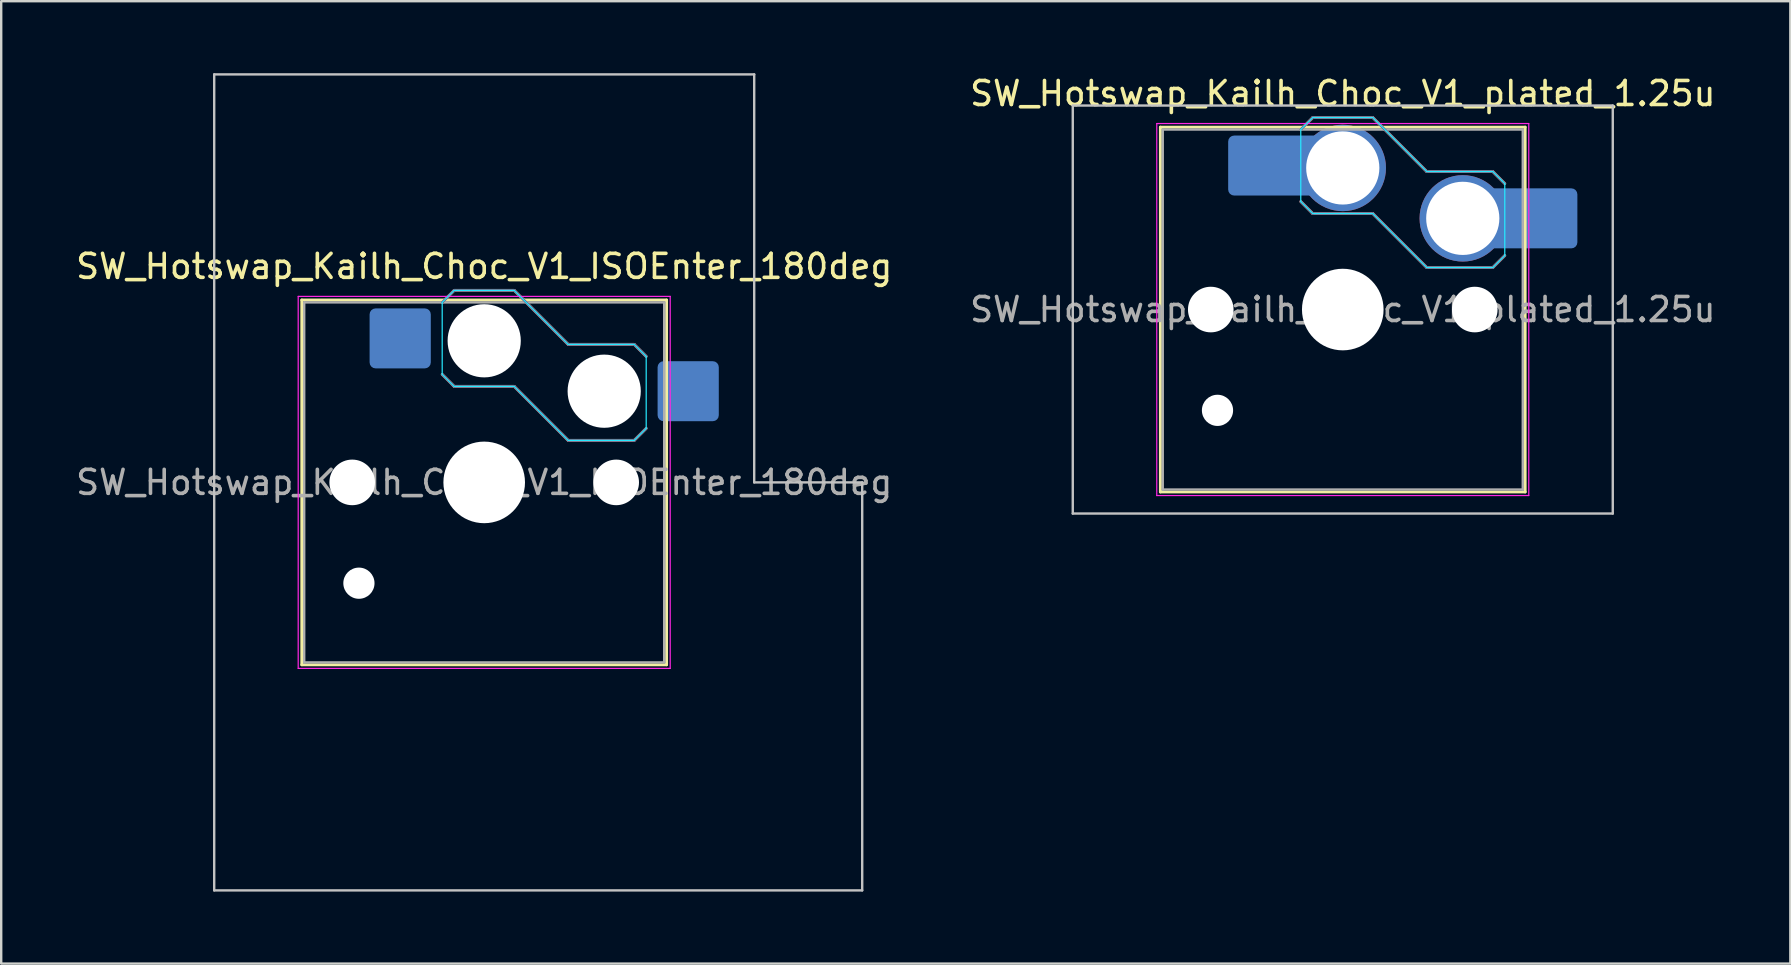
<source format=kicad_pcb>
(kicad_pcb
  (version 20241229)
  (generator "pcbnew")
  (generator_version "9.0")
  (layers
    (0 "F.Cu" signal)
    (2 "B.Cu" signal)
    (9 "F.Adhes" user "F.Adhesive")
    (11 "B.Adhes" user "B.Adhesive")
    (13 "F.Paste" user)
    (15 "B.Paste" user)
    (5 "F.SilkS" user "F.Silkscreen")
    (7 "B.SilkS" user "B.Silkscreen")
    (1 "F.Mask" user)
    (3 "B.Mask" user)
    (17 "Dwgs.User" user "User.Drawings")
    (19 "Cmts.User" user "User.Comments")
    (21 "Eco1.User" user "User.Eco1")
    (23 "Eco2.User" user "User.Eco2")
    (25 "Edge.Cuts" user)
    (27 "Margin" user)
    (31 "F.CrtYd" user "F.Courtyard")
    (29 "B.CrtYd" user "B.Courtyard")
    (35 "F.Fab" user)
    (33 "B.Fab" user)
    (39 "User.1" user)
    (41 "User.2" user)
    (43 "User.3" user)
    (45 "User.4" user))
  (footprint "SW_Hotswap_Kailh_Choc_V1_ISOEnter_180deg"
    (layer "F.Cu")
    (at 17.125 17.05)
    (property "Reference" "SW_Hotswap_Kailh_Choc_V1_ISOEnter_180deg" (at 0 -9 0) (layer "F.SilkS") (effects (font (size 1 1) (thickness 0.15))))
    (attr smd)
    (fp_line (start -7.6 -7.6) (end -7.6 7.6) (stroke (width 0.12) (type solid)) (layer "F.SilkS"))
    (fp_line (start -7.6 7.6) (end 7.6 7.6) (stroke (width 0.12) (type solid)) (layer "F.SilkS"))
    (fp_line (start 7.6 -7.6) (end -7.6 -7.6) (stroke (width 0.12) (type solid)) (layer "F.SilkS"))
    (fp_line (start 7.6 7.6) (end 7.6 -7.6) (stroke (width 0.12) (type solid)) (layer "F.SilkS"))
    (fp_line (start -1.75 -7.5) (end -1.25 -8) (stroke (width 0.12) (type solid)) (layer "B.SilkS"))
    (fp_line (start -1.25 -8) (end 1.25 -8) (stroke (width 0.12) (type solid)) (layer "B.SilkS"))
    (fp_line (start -1.25 -4) (end -1.75 -4.5) (stroke (width 0.12) (type solid)) (layer "B.SilkS"))
    (fp_line (start 1.25 -8) (end 3.5 -5.75) (stroke (width 0.12) (type solid)) (layer "B.SilkS"))
    (fp_line (start 1.25 -4) (end -1.25 -4) (stroke (width 0.12) (type solid)) (layer "B.SilkS"))
    (fp_line (start 3.5 -5.75) (end 6.25 -5.75) (stroke (width 0.12) (type solid)) (layer "B.SilkS"))
    (fp_line (start 3.5 -1.75) (end 1.25 -4) (stroke (width 0.12) (type solid)) (layer "B.SilkS"))
    (fp_line (start 6.25 -5.75) (end 6.75 -5.25) (stroke (width 0.12) (type solid)) (layer "B.SilkS"))
    (fp_line (start 6.25 -1.75) (end 3.5 -1.75) (stroke (width 0.12) (type solid)) (layer "B.SilkS"))
    (fp_line (start 6.75 -2.25) (end 6.25 -1.75) (stroke (width 0.12) (type solid)) (layer "B.SilkS"))
    (fp_line (start -11.25 -17) (end -11.25 17) (stroke (width 0.1) (type solid)) (layer "Dwgs.User"))
    (fp_line (start -11.25 17) (end 15.75 17) (stroke (width 0.1) (type solid)) (layer "Dwgs.User"))
    (fp_line (start 11.25 -17) (end -11.25 -17) (stroke (width 0.1) (type solid)) (layer "Dwgs.User"))
    (fp_line (start 11.25 0) (end 11.25 -17) (stroke (width 0.1) (type solid)) (layer "Dwgs.User"))
    (fp_line (start 15.75 0) (end 11.25 0) (stroke (width 0.1) (type solid)) (layer "Dwgs.User"))
    (fp_line (start 15.75 17) (end 15.75 0) (stroke (width 0.1) (type solid)) (layer "Dwgs.User"))
    (fp_line (start -7.25 -7.25) (end -7.25 7.25) (stroke (width 0.1) (type solid)) (layer "Eco1.User"))
    (fp_line (start -7.25 7.25) (end 7.25 7.25) (stroke (width 0.1) (type solid)) (layer "Eco1.User"))
    (fp_line (start 7.25 -7.25) (end -7.25 -7.25) (stroke (width 0.1) (type solid)) (layer "Eco1.User"))
    (fp_line (start 7.25 7.25) (end 7.25 -7.25) (stroke (width 0.1) (type solid)) (layer "Eco1.User"))
    (fp_line (start -1.75 -7.5) (end -1.25 -8) (stroke (width 0.05) (type solid)) (layer "B.CrtYd"))
    (fp_line (start -1.75 -4.5) (end -1.75 -7.5) (stroke (width 0.05) (type solid)) (layer "B.CrtYd"))
    (fp_line (start -1.25 -8) (end 1.25 -8) (stroke (width 0.05) (type solid)) (layer "B.CrtYd"))
    (fp_line (start -1.25 -4) (end -1.75 -4.5) (stroke (width 0.05) (type solid)) (layer "B.CrtYd"))
    (fp_line (start 1.25 -8) (end 3.5 -5.75) (stroke (width 0.05) (type solid)) (layer "B.CrtYd"))
    (fp_line (start 1.25 -4) (end -1.25 -4) (stroke (width 0.05) (type solid)) (layer "B.CrtYd"))
    (fp_line (start 3.5 -5.75) (end 6.25 -5.75) (stroke (width 0.05) (type solid)) (layer "B.CrtYd"))
    (fp_line (start 3.5 -1.75) (end 1.25 -4) (stroke (width 0.05) (type solid)) (layer "B.CrtYd"))
    (fp_line (start 6.25 -5.75) (end 6.75 -5.25) (stroke (width 0.05) (type solid)) (layer "B.CrtYd"))
    (fp_line (start 6.25 -1.75) (end 3.5 -1.75) (stroke (width 0.05) (type solid)) (layer "B.CrtYd"))
    (fp_line (start 6.75 -5.25) (end 6.75 -2.25) (stroke (width 0.05) (type solid)) (layer "B.CrtYd"))
    (fp_line (start 6.75 -2.25) (end 6.25 -1.75) (stroke (width 0.05) (type solid)) (layer "B.CrtYd"))
    (fp_line (start -7.75 -7.75) (end -7.75 7.75) (stroke (width 0.05) (type solid)) (layer "F.CrtYd"))
    (fp_line (start -7.75 7.75) (end 7.75 7.75) (stroke (width 0.05) (type solid)) (layer "F.CrtYd"))
    (fp_line (start 7.75 -7.75) (end -7.75 -7.75) (stroke (width 0.05) (type solid)) (layer "F.CrtYd"))
    (fp_line (start 7.75 7.75) (end 7.75 -7.75) (stroke (width 0.05) (type solid)) (layer "F.CrtYd"))
    (fp_line (start -1.75 -7.5) (end -1.25 -8) (stroke (width 0.1) (type solid)) (layer "B.Fab"))
    (fp_line (start -1.25 -8) (end 1.25 -8) (stroke (width 0.1) (type solid)) (layer "B.Fab"))
    (fp_line (start -1.25 -4) (end -1.75 -4.5) (stroke (width 0.1) (type solid)) (layer "B.Fab"))
    (fp_line (start 1.25 -8) (end 3.5 -5.75) (stroke (width 0.1) (type solid)) (layer "B.Fab"))
    (fp_line (start 1.25 -4) (end -1.25 -4) (stroke (width 0.1) (type solid)) (layer "B.Fab"))
    (fp_line (start 3.5 -5.75) (end 6.25 -5.75) (stroke (width 0.1) (type solid)) (layer "B.Fab"))
    (fp_line (start 3.5 -1.75) (end 1.25 -4) (stroke (width 0.1) (type solid)) (layer "B.Fab"))
    (fp_line (start 6.25 -5.75) (end 6.75 -5.25) (stroke (width 0.1) (type solid)) (layer "B.Fab"))
    (fp_line (start 6.25 -1.75) (end 3.5 -1.75) (stroke (width 0.1) (type solid)) (layer "B.Fab"))
    (fp_line (start 6.75 -2.25) (end 6.25 -1.75) (stroke (width 0.1) (type solid)) (layer "B.Fab"))
    (fp_line (start -7.5 -7.5) (end -7.5 7.5) (stroke (width 0.1) (type solid)) (layer "F.Fab"))
    (fp_line (start -7.5 7.5) (end 7.5 7.5) (stroke (width 0.1) (type solid)) (layer "F.Fab"))
    (fp_line (start 7.5 -7.5) (end -7.5 -7.5) (stroke (width 0.1) (type solid)) (layer "F.Fab"))
    (fp_line (start 7.5 7.5) (end 7.5 -7.5) (stroke (width 0.1) (type solid)) (layer "F.Fab"))
    (fp_text user "${REFERENCE}" (at 0 0 0) (layer "F.Fab") (effects (font (size 1 1) (thickness 0.15))))
    (pad "" np_thru_hole circle (at -5.5 0) (size 1.9 1.9) (drill 1.9) (layers "*.Cu" "*.Mask"))
    (pad "" np_thru_hole circle (at -5.22 4.2) (size 1.3 1.3) (drill 1.3) (layers "*.Cu" "*.Mask"))
    (pad "" np_thru_hole circle (at 0 -5.9) (size 3.05 3.05) (drill 3.05) (layers "*.Cu" "*.Mask"))
    (pad "" np_thru_hole circle (at 0 0) (size 3.4 3.4) (drill 3.4) (layers "*.Cu" "*.Mask"))
    (pad "" np_thru_hole circle (at 5 -3.8) (size 3.05 3.05) (drill 3.05) (layers "*.Cu" "*.Mask"))
    (pad "" np_thru_hole circle (at 5.5 0) (size 1.9 1.9) (drill 1.9) (layers "*.Cu" "*.Mask"))
    (pad "1" smd roundrect (at -3.5 -6) (size 2.55 2.5) (layers "B.Cu" "B.Mask" "B.Paste") (roundrect_rratio 0.1))
    (pad "2" smd roundrect (at 8.5 -3.8) (size 2.55 2.5) (layers "B.Cu" "B.Mask" "B.Paste") (roundrect_rratio 0.1)))
  (footprint "SW_Hotswap_Kailh_Choc_V1_plated_1.25u"
    (layer "F.Cu")
    (at 52.899 9.848)
    (property "Reference" "SW_Hotswap_Kailh_Choc_V1_plated_1.25u" (at 0 -9 0) (layer "F.SilkS") (effects (font (size 1 1) (thickness 0.15))))
    (attr smd)
    (fp_line (start -7.6 -7.6) (end -7.6 7.6) (stroke (width 0.12) (type solid)) (layer "F.SilkS"))
    (fp_line (start -7.6 7.6) (end 7.6 7.6) (stroke (width 0.12) (type solid)) (layer "F.SilkS"))
    (fp_line (start 7.6 -7.6) (end -7.6 -7.6) (stroke (width 0.12) (type solid)) (layer "F.SilkS"))
    (fp_line (start 7.6 7.6) (end 7.6 -7.6) (stroke (width 0.12) (type solid)) (layer "F.SilkS"))
    (fp_line (start -1.75 -7.5) (end -1.25 -8) (stroke (width 0.12) (type solid)) (layer "B.SilkS"))
    (fp_line (start -1.25 -8) (end 1.25 -8) (stroke (width 0.12) (type solid)) (layer "B.SilkS"))
    (fp_line (start -1.25 -4) (end -1.75 -4.5) (stroke (width 0.12) (type solid)) (layer "B.SilkS"))
    (fp_line (start 1.25 -8) (end 3.5 -5.75) (stroke (width 0.12) (type solid)) (layer "B.SilkS"))
    (fp_line (start 1.25 -4) (end -1.25 -4) (stroke (width 0.12) (type solid)) (layer "B.SilkS"))
    (fp_line (start 3.5 -5.75) (end 6.25 -5.75) (stroke (width 0.12) (type solid)) (layer "B.SilkS"))
    (fp_line (start 3.5 -1.75) (end 1.25 -4) (stroke (width 0.12) (type solid)) (layer "B.SilkS"))
    (fp_line (start 6.25 -5.75) (end 6.75 -5.25) (stroke (width 0.12) (type solid)) (layer "B.SilkS"))
    (fp_line (start 6.25 -1.75) (end 3.5 -1.75) (stroke (width 0.12) (type solid)) (layer "B.SilkS"))
    (fp_line (start 6.75 -2.25) (end 6.25 -1.75) (stroke (width 0.12) (type solid)) (layer "B.SilkS"))
    (fp_line (start -11.25 -8.5) (end -11.25 8.5) (stroke (width 0.1) (type solid)) (layer "Dwgs.User"))
    (fp_line (start -11.25 8.5) (end 11.25 8.5) (stroke (width 0.1) (type solid)) (layer "Dwgs.User"))
    (fp_line (start 11.25 -8.5) (end -11.25 -8.5) (stroke (width 0.1) (type solid)) (layer "Dwgs.User"))
    (fp_line (start 11.25 8.5) (end 11.25 -8.5) (stroke (width 0.1) (type solid)) (layer "Dwgs.User"))
    (fp_line (start -7.25 -7.25) (end -7.25 7.25) (stroke (width 0.1) (type solid)) (layer "Eco1.User"))
    (fp_line (start -7.25 7.25) (end 7.25 7.25) (stroke (width 0.1) (type solid)) (layer "Eco1.User"))
    (fp_line (start 7.25 -7.25) (end -7.25 -7.25) (stroke (width 0.1) (type solid)) (layer "Eco1.User"))
    (fp_line (start 7.25 7.25) (end 7.25 -7.25) (stroke (width 0.1) (type solid)) (layer "Eco1.User"))
    (fp_line (start -1.75 -7.5) (end -1.25 -8) (stroke (width 0.05) (type solid)) (layer "B.CrtYd"))
    (fp_line (start -1.75 -4.5) (end -1.75 -7.5) (stroke (width 0.05) (type solid)) (layer "B.CrtYd"))
    (fp_line (start -1.25 -8) (end 1.25 -8) (stroke (width 0.05) (type solid)) (layer "B.CrtYd"))
    (fp_line (start -1.25 -4) (end -1.75 -4.5) (stroke (width 0.05) (type solid)) (layer "B.CrtYd"))
    (fp_line (start 1.25 -8) (end 3.5 -5.75) (stroke (width 0.05) (type solid)) (layer "B.CrtYd"))
    (fp_line (start 1.25 -4) (end -1.25 -4) (stroke (width 0.05) (type solid)) (layer "B.CrtYd"))
    (fp_line (start 3.5 -5.75) (end 6.25 -5.75) (stroke (width 0.05) (type solid)) (layer "B.CrtYd"))
    (fp_line (start 3.5 -1.75) (end 1.25 -4) (stroke (width 0.05) (type solid)) (layer "B.CrtYd"))
    (fp_line (start 6.25 -5.75) (end 6.75 -5.25) (stroke (width 0.05) (type solid)) (layer "B.CrtYd"))
    (fp_line (start 6.25 -1.75) (end 3.5 -1.75) (stroke (width 0.05) (type solid)) (layer "B.CrtYd"))
    (fp_line (start 6.75 -5.25) (end 6.75 -2.25) (stroke (width 0.05) (type solid)) (layer "B.CrtYd"))
    (fp_line (start 6.75 -2.25) (end 6.25 -1.75) (stroke (width 0.05) (type solid)) (layer "B.CrtYd"))
    (fp_line (start -7.75 -7.75) (end -7.75 7.75) (stroke (width 0.05) (type solid)) (layer "F.CrtYd"))
    (fp_line (start -7.75 7.75) (end 7.75 7.75) (stroke (width 0.05) (type solid)) (layer "F.CrtYd"))
    (fp_line (start 7.75 -7.75) (end -7.75 -7.75) (stroke (width 0.05) (type solid)) (layer "F.CrtYd"))
    (fp_line (start 7.75 7.75) (end 7.75 -7.75) (stroke (width 0.05) (type solid)) (layer "F.CrtYd"))
    (fp_line (start -1.75 -7.5) (end -1.25 -8) (stroke (width 0.1) (type solid)) (layer "B.Fab"))
    (fp_line (start -1.25 -8) (end 1.25 -8) (stroke (width 0.1) (type solid)) (layer "B.Fab"))
    (fp_line (start -1.25 -4) (end -1.75 -4.5) (stroke (width 0.1) (type solid)) (layer "B.Fab"))
    (fp_line (start 1.25 -8) (end 3.5 -5.75) (stroke (width 0.1) (type solid)) (layer "B.Fab"))
    (fp_line (start 1.25 -4) (end -1.25 -4) (stroke (width 0.1) (type solid)) (layer "B.Fab"))
    (fp_line (start 3.5 -5.75) (end 6.25 -5.75) (stroke (width 0.1) (type solid)) (layer "B.Fab"))
    (fp_line (start 3.5 -1.75) (end 1.25 -4) (stroke (width 0.1) (type solid)) (layer "B.Fab"))
    (fp_line (start 6.25 -5.75) (end 6.75 -5.25) (stroke (width 0.1) (type solid)) (layer "B.Fab"))
    (fp_line (start 6.25 -1.75) (end 3.5 -1.75) (stroke (width 0.1) (type solid)) (layer "B.Fab"))
    (fp_line (start 6.75 -2.25) (end 6.25 -1.75) (stroke (width 0.1) (type solid)) (layer "B.Fab"))
    (fp_line (start -7.5 -7.5) (end -7.5 7.5) (stroke (width 0.1) (type solid)) (layer "F.Fab"))
    (fp_line (start -7.5 7.5) (end 7.5 7.5) (stroke (width 0.1) (type solid)) (layer "F.Fab"))
    (fp_line (start 7.5 -7.5) (end -7.5 -7.5) (stroke (width 0.1) (type solid)) (layer "F.Fab"))
    (fp_line (start 7.5 7.5) (end 7.5 -7.5) (stroke (width 0.1) (type solid)) (layer "F.Fab"))
    (fp_text user "${REFERENCE}" (at 0 0 0) (layer "F.Fab") (effects (font (size 1 1) (thickness 0.15))))
    (pad "" np_thru_hole circle (at -5.5 0) (size 1.9 1.9) (drill 1.9) (layers "*.Cu" "*.Mask"))
    (pad "" np_thru_hole circle (at -5.22 4.2) (size 1.3 1.3) (drill 1.3) (layers "*.Cu" "*.Mask"))
    (pad "" smd roundrect (at -3.5 -6) (size 2.55 2.5) (layers "B.Mask" "B.Paste") (roundrect_rratio 0.1))
    (pad "" np_thru_hole circle (at 0 0) (size 3.4 3.4) (drill 3.4) (layers "*.Cu" "*.Mask"))
    (pad "" np_thru_hole circle (at 5.5 0) (size 1.9 1.9) (drill 1.9) (layers "*.Cu" "*.Mask"))
    (pad "" smd roundrect (at 8.5 -3.8) (size 2.55 2.5) (layers "B.Mask" "B.Paste") (roundrect_rratio 0.1))
    (pad "1" smd roundrect (at -2.85 -6) (size 3.85 2.5) (layers "B.Cu") (roundrect_rratio 0.1))
    (pad "1" thru_hole circle (at 0 -5.9) (size 3.6 3.6) (drill 3.05) (layers "*.Cu" "B.Mask"))
    (pad "2" thru_hole circle (at 5 -3.8) (size 3.6 3.6) (drill 3.05) (layers "*.Cu" "B.Mask"))
    (pad "2" smd roundrect (at 7.85 -3.8) (size 3.85 2.5) (layers "B.Cu") (roundrect_rratio 0.1)))
  (gr_rect
    (start -3 -3)
    (end 71.548 37.1)
    (stroke (width 0.1) (type default))
    (fill no)
    (layer "Edge.Cuts")))
</source>
